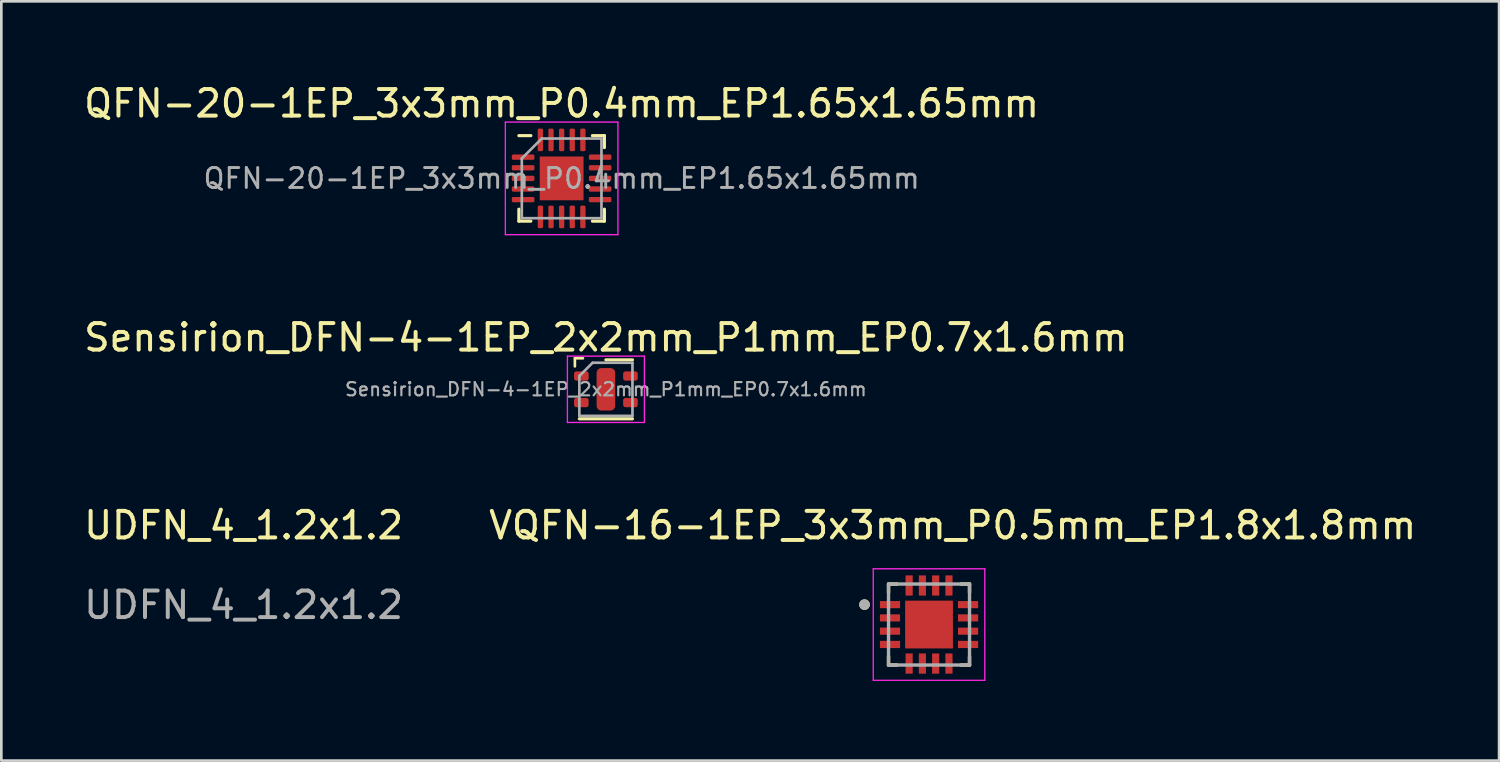
<source format=kicad_pcb>
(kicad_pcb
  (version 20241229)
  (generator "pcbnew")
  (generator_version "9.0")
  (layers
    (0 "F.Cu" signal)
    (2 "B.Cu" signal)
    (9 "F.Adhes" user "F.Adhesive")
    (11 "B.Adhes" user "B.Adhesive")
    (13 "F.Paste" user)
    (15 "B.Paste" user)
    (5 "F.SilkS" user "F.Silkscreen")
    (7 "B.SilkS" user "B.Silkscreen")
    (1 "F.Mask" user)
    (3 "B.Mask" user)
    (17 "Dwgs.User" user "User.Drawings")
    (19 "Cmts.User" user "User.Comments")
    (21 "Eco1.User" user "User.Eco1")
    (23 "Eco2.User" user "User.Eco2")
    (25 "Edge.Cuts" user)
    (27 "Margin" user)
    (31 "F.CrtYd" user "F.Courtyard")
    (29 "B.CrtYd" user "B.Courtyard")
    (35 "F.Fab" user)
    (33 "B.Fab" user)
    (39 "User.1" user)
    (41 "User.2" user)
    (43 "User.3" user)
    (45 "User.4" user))
  (footprint "QFN-20-1EP_3x3mm_P0.4mm_EP1.65x1.65mm"
    (layer "F.Cu")
    (at 18.101 3.668)
    (property "Reference" "QFN-20-1EP_3x3mm_P0.4mm_EP1.65x1.65mm" (at 0 -2.82 0) (layer "F.SilkS") (effects (font (size 1 1) (thickness 0.15))))
    (attr smd)
    (fp_line (start -1.61 1.61) (end -1.61 1.16) (stroke (width 0.12) (type solid)) (layer "F.SilkS"))
    (fp_line (start -1.16 -1.61) (end -1.61 -1.61) (stroke (width 0.12) (type solid)) (layer "F.SilkS"))
    (fp_line (start -1.16 1.61) (end -1.61 1.61) (stroke (width 0.12) (type solid)) (layer "F.SilkS"))
    (fp_line (start 1.16 -1.61) (end 1.61 -1.61) (stroke (width 0.12) (type solid)) (layer "F.SilkS"))
    (fp_line (start 1.16 1.61) (end 1.61 1.61) (stroke (width 0.12) (type solid)) (layer "F.SilkS"))
    (fp_line (start 1.61 -1.61) (end 1.61 -1.16) (stroke (width 0.12) (type solid)) (layer "F.SilkS"))
    (fp_line (start 1.61 1.61) (end 1.61 1.16) (stroke (width 0.12) (type solid)) (layer "F.SilkS"))
    (fp_line (start -2.12 -2.12) (end -2.12 2.12) (stroke (width 0.05) (type solid)) (layer "F.CrtYd"))
    (fp_line (start -2.12 2.12) (end 2.12 2.12) (stroke (width 0.05) (type solid)) (layer "F.CrtYd"))
    (fp_line (start 2.12 -2.12) (end -2.12 -2.12) (stroke (width 0.05) (type solid)) (layer "F.CrtYd"))
    (fp_line (start 2.12 2.12) (end 2.12 -2.12) (stroke (width 0.05) (type solid)) (layer "F.CrtYd"))
    (fp_line (start -1.5 -0.75) (end -0.75 -1.5) (stroke (width 0.1) (type solid)) (layer "F.Fab"))
    (fp_line (start -1.5 1.5) (end -1.5 -0.75) (stroke (width 0.1) (type solid)) (layer "F.Fab"))
    (fp_line (start -0.75 -1.5) (end 1.5 -1.5) (stroke (width 0.1) (type solid)) (layer "F.Fab"))
    (fp_line (start 1.5 -1.5) (end 1.5 1.5) (stroke (width 0.1) (type solid)) (layer "F.Fab"))
    (fp_line (start 1.5 1.5) (end -1.5 1.5) (stroke (width 0.1) (type solid)) (layer "F.Fab"))
    (fp_text user "${REFERENCE}" (at 0 0 0) (layer "F.Fab") (effects (font (size 0.75 0.75) (thickness 0.11))))
    (pad "" smd roundrect (at -0.41 -0.41) (size 0.67 0.67) (layers "F.Paste") (roundrect_rratio 0.25))
    (pad "" smd roundrect (at -0.41 0.41) (size 0.67 0.67) (layers "F.Paste") (roundrect_rratio 0.25))
    (pad "" smd roundrect (at 0.41 -0.41) (size 0.67 0.67) (layers "F.Paste") (roundrect_rratio 0.25))
    (pad "" smd roundrect (at 0.41 0.41) (size 0.67 0.67) (layers "F.Paste") (roundrect_rratio 0.25))
    (pad "1" smd roundrect (at -1.45 -0.8) (size 0.85 0.2) (layers "F.Cu" "F.Mask" "F.Paste") (roundrect_rratio 0.25))
    (pad "2" smd roundrect (at -1.45 -0.4) (size 0.85 0.2) (layers "F.Cu" "F.Mask" "F.Paste") (roundrect_rratio 0.25))
    (pad "3" smd roundrect (at -1.45 0) (size 0.85 0.2) (layers "F.Cu" "F.Mask" "F.Paste") (roundrect_rratio 0.25))
    (pad "4" smd roundrect (at -1.45 0.4) (size 0.85 0.2) (layers "F.Cu" "F.Mask" "F.Paste") (roundrect_rratio 0.25))
    (pad "5" smd roundrect (at -1.45 0.8) (size 0.85 0.2) (layers "F.Cu" "F.Mask" "F.Paste") (roundrect_rratio 0.25))
    (pad "6" smd roundrect (at -0.8 1.45) (size 0.2 0.85) (layers "F.Cu" "F.Mask" "F.Paste") (roundrect_rratio 0.25))
    (pad "7" smd roundrect (at -0.4 1.45) (size 0.2 0.85) (layers "F.Cu" "F.Mask" "F.Paste") (roundrect_rratio 0.25))
    (pad "8" smd roundrect (at 0 1.45) (size 0.2 0.85) (layers "F.Cu" "F.Mask" "F.Paste") (roundrect_rratio 0.25))
    (pad "9" smd roundrect (at 0.4 1.45) (size 0.2 0.85) (layers "F.Cu" "F.Mask" "F.Paste") (roundrect_rratio 0.25))
    (pad "10" smd roundrect (at 0.8 1.45) (size 0.2 0.85) (layers "F.Cu" "F.Mask" "F.Paste") (roundrect_rratio 0.25))
    (pad "11" smd roundrect (at 1.45 0.8) (size 0.85 0.2) (layers "F.Cu" "F.Mask" "F.Paste") (roundrect_rratio 0.25))
    (pad "12" smd roundrect (at 1.45 0.4) (size 0.85 0.2) (layers "F.Cu" "F.Mask" "F.Paste") (roundrect_rratio 0.25))
    (pad "13" smd roundrect (at 1.45 0) (size 0.85 0.2) (layers "F.Cu" "F.Mask" "F.Paste") (roundrect_rratio 0.25))
    (pad "14" smd roundrect (at 1.45 -0.4) (size 0.85 0.2) (layers "F.Cu" "F.Mask" "F.Paste") (roundrect_rratio 0.25))
    (pad "15" smd roundrect (at 1.45 -0.8) (size 0.85 0.2) (layers "F.Cu" "F.Mask" "F.Paste") (roundrect_rratio 0.25))
    (pad "16" smd roundrect (at 0.8 -1.45) (size 0.2 0.85) (layers "F.Cu" "F.Mask" "F.Paste") (roundrect_rratio 0.25))
    (pad "17" smd roundrect (at 0.4 -1.45) (size 0.2 0.85) (layers "F.Cu" "F.Mask" "F.Paste") (roundrect_rratio 0.25))
    (pad "18" smd roundrect (at 0 -1.45) (size 0.2 0.85) (layers "F.Cu" "F.Mask" "F.Paste") (roundrect_rratio 0.25))
    (pad "19" smd roundrect (at -0.4 -1.45) (size 0.2 0.85) (layers "F.Cu" "F.Mask" "F.Paste") (roundrect_rratio 0.25))
    (pad "20" smd roundrect (at -0.8 -1.45) (size 0.2 0.85) (layers "F.Cu" "F.Mask" "F.Paste") (roundrect_rratio 0.25))
    (pad "21" smd rect (at 0 0) (size 1.65 1.65) (layers "F.Cu" "F.Mask")))
  (footprint "VQFN-16-1EP_3x3mm_P0.5mm_EP1.8x1.8mm"
    (layer "F.Cu")
    (at 31.937 20.47)
    (property "Reference" "VQFN-16-1EP_3x3mm_P0.5mm_EP1.8x1.8mm" (at 0.89 -3.735 0) (layer "F.SilkS") (effects (font (size 1 1) (thickness 0.15))))
    (attr smd)
    (fp_line (start -1.525 -1.525) (end -1.525 -1.205) (stroke (width 0.127) (type solid)) (layer "F.SilkS"))
    (fp_line (start -1.525 -1.525) (end -1.205 -1.525) (stroke (width 0.127) (type solid)) (layer "F.SilkS"))
    (fp_line (start -1.525 1.525) (end -1.525 1.205) (stroke (width 0.127) (type solid)) (layer "F.SilkS"))
    (fp_line (start -1.525 1.525) (end -1.205 1.525) (stroke (width 0.127) (type solid)) (layer "F.SilkS"))
    (fp_line (start 1.525 -1.525) (end 1.205 -1.525) (stroke (width 0.127) (type solid)) (layer "F.SilkS"))
    (fp_line (start 1.525 -1.525) (end 1.525 -1.205) (stroke (width 0.127) (type solid)) (layer "F.SilkS"))
    (fp_line (start 1.525 1.525) (end 1.205 1.525) (stroke (width 0.127) (type solid)) (layer "F.SilkS"))
    (fp_line (start 1.525 1.525) (end 1.525 1.205) (stroke (width 0.127) (type solid)) (layer "F.SilkS"))
    (fp_circle (center -2.43 -0.75) (end -2.33 -0.75) (stroke (width 0.2) (type solid)) (fill no) (layer "F.SilkS"))
    (fp_poly (pts (xy -0.57 -0.57) (xy 0.57 -0.57) (xy 0.57 0.57) (xy -0.57 0.57)) (stroke (width 0.01) (type solid)) (fill yes) (layer "F.Paste"))
    (fp_line (start -2.1 -2.1) (end 2.1 -2.1) (stroke (width 0.05) (type solid)) (layer "F.CrtYd"))
    (fp_line (start -2.1 2.1) (end -2.1 -2.1) (stroke (width 0.05) (type solid)) (layer "F.CrtYd"))
    (fp_line (start -2.1 2.1) (end 2.1 2.1) (stroke (width 0.05) (type solid)) (layer "F.CrtYd"))
    (fp_line (start 2.1 2.1) (end 2.1 -2.1) (stroke (width 0.05) (type solid)) (layer "F.CrtYd"))
    (fp_line (start -1.525 1.525) (end -1.525 -1.525) (stroke (width 0.127) (type solid)) (layer "F.Fab"))
    (fp_line (start 1.525 -1.525) (end -1.525 -1.525) (stroke (width 0.127) (type solid)) (layer "F.Fab"))
    (fp_line (start 1.525 1.525) (end -1.525 1.525) (stroke (width 0.127) (type solid)) (layer "F.Fab"))
    (fp_line (start 1.525 1.525) (end 1.525 -1.525) (stroke (width 0.127) (type solid)) (layer "F.Fab"))
    (fp_circle (center -2.43 -0.75) (end -2.33 -0.75) (stroke (width 0.2) (type solid)) (fill no) (layer "F.Fab"))
    (pad "1" smd roundrect (at -1.47 -0.75) (size 0.76 0.27) (layers "F.Cu" "F.Mask" "F.Paste") (roundrect_rratio 0.03))
    (pad "2" smd roundrect (at -1.47 -0.25) (size 0.76 0.27) (layers "F.Cu" "F.Mask" "F.Paste") (roundrect_rratio 0.03))
    (pad "3" smd roundrect (at -1.47 0.25) (size 0.76 0.27) (layers "F.Cu" "F.Mask" "F.Paste") (roundrect_rratio 0.03))
    (pad "4" smd roundrect (at -1.47 0.75) (size 0.76 0.27) (layers "F.Cu" "F.Mask" "F.Paste") (roundrect_rratio 0.03))
    (pad "5" smd roundrect (at -0.75 1.47 90) (size 0.76 0.27) (layers "F.Cu" "F.Mask" "F.Paste") (roundrect_rratio 0.03))
    (pad "6" smd roundrect (at -0.25 1.47 90) (size 0.76 0.27) (layers "F.Cu" "F.Mask" "F.Paste") (roundrect_rratio 0.03))
    (pad "7" smd roundrect (at 0.25 1.47 90) (size 0.76 0.27) (layers "F.Cu" "F.Mask" "F.Paste") (roundrect_rratio 0.03))
    (pad "8" smd roundrect (at 0.75 1.47 90) (size 0.76 0.27) (layers "F.Cu" "F.Mask" "F.Paste") (roundrect_rratio 0.03))
    (pad "9" smd roundrect (at 1.47 0.75) (size 0.76 0.27) (layers "F.Cu" "F.Mask" "F.Paste") (roundrect_rratio 0.03))
    (pad "10" smd roundrect (at 1.47 0.25) (size 0.76 0.27) (layers "F.Cu" "F.Mask" "F.Paste") (roundrect_rratio 0.03))
    (pad "11" smd roundrect (at 1.47 -0.25) (size 0.76 0.27) (layers "F.Cu" "F.Mask" "F.Paste") (roundrect_rratio 0.03))
    (pad "12" smd roundrect (at 1.47 -0.75) (size 0.76 0.27) (layers "F.Cu" "F.Mask" "F.Paste") (roundrect_rratio 0.03))
    (pad "13" smd roundrect (at 0.75 -1.47 90) (size 0.76 0.27) (layers "F.Cu" "F.Mask" "F.Paste") (roundrect_rratio 0.03))
    (pad "14" smd roundrect (at 0.25 -1.47 90) (size 0.76 0.27) (layers "F.Cu" "F.Mask" "F.Paste") (roundrect_rratio 0.03))
    (pad "15" smd roundrect (at -0.25 -1.47 90) (size 0.76 0.27) (layers "F.Cu" "F.Mask" "F.Paste") (roundrect_rratio 0.03))
    (pad "16" smd roundrect (at -0.75 -1.47 90) (size 0.76 0.27) (layers "F.Cu" "F.Mask" "F.Paste") (roundrect_rratio 0.03))
    (pad "17" smd rect (at 0 0) (size 1.8 1.8) (layers "F.Cu" "F.Mask")))
  (footprint "Sensirion_DFN-4-1EP_2x2mm_P1mm_EP0.7x1.6mm"
    (layer "F.Cu")
    (at 19.768 11.611)
    (property "Reference" "Sensirion_DFN-4-1EP_2x2mm_P1mm_EP0.7x1.6mm" (at 0 -1.95 0) (layer "F.SilkS") (effects (font (size 1 1) (thickness 0.15))))
    (attr smd)
    (fp_line (start -1.168 -1.168) (end -0.864 -1.168) (stroke (width 0.1) (type default)) (layer "F.SilkS"))
    (fp_line (start -1.168 -0.864) (end -1.168 -1.168) (stroke (width 0.1) (type default)) (layer "F.SilkS"))
    (fp_line (start -1 1.11) (end 1 1.11) (stroke (width 0.12) (type solid)) (layer "F.SilkS"))
    (fp_line (start 0 -1.11) (end 1 -1.11) (stroke (width 0.12) (type solid)) (layer "F.SilkS"))
    (fp_line (start -1.45 -1.25) (end -1.45 1.25) (stroke (width 0.05) (type solid)) (layer "F.CrtYd"))
    (fp_line (start -1.45 1.25) (end 1.45 1.25) (stroke (width 0.05) (type solid)) (layer "F.CrtYd"))
    (fp_line (start 1.45 -1.25) (end -1.45 -1.25) (stroke (width 0.05) (type solid)) (layer "F.CrtYd"))
    (fp_line (start 1.45 1.25) (end 1.45 -1.25) (stroke (width 0.05) (type solid)) (layer "F.CrtYd"))
    (fp_line (start -1 -0.5) (end -0.5 -1) (stroke (width 0.1) (type solid)) (layer "F.Fab"))
    (fp_line (start -1 1) (end -1 -0.5) (stroke (width 0.1) (type solid)) (layer "F.Fab"))
    (fp_line (start -0.5 -1) (end 1 -1) (stroke (width 0.1) (type solid)) (layer "F.Fab"))
    (fp_line (start 1 -1) (end 1 1) (stroke (width 0.1) (type solid)) (layer "F.Fab"))
    (fp_line (start 1 1) (end -1 1) (stroke (width 0.1) (type solid)) (layer "F.Fab"))
    (fp_text user "${REFERENCE}" (at 0 0 0) (layer "F.Fab") (effects (font (size 0.5 0.5) (thickness 0.08))))
    (pad "" smd roundrect (at -0.925 -0.5) (size 0.55 0.35) (layers "F.Paste") (roundrect_rratio 0.25))
    (pad "" smd roundrect (at -0.925 0.5) (size 0.55 0.35) (layers "F.Paste") (roundrect_rratio 0.25))
    (pad "" smd roundrect (at 0 0) (size 0.5 1.4) (layers "F.Paste") (roundrect_rratio 0.25))
    (pad "" smd roundrect (at 0.925 -0.5 180) (size 0.55 0.35) (layers "F.Paste") (roundrect_rratio 0.25))
    (pad "" smd roundrect (at 0.925 0.5 180) (size 0.55 0.35) (layers "F.Paste") (roundrect_rratio 0.25))
    (pad "1" smd roundrect (at -0.925 -0.5) (size 0.55 0.35) (layers "F.Cu" "F.Mask") (roundrect_rratio 0.25))
    (pad "2" smd roundrect (at -0.925 0.5) (size 0.55 0.35) (layers "F.Cu" "F.Mask") (roundrect_rratio 0.25))
    (pad "3" smd roundrect (at 0.925 0.5) (size 0.55 0.35) (layers "F.Cu" "F.Mask") (roundrect_rratio 0.25))
    (pad "4" smd roundrect (at 0.925 -0.5) (size 0.55 0.35) (layers "F.Cu" "F.Mask") (roundrect_rratio 0.25))
    (pad "5" smd roundrect (at 0 0) (size 0.7 1.6) (layers "F.Cu" "F.Mask") (roundrect_rratio 0.25)))
  (footprint "UDFN_4_1.2x1.2"
    (layer "F.Cu")
    (at 6.125 17.235)
    (property "Reference" "UDFN_4_1.2x1.2" (at 0 -0.5 0) (unlocked yes) (layer "F.SilkS") (effects (font (size 1 1) (thickness 0.15))))
    (attr smd)
    (fp_text user "${REFERENCE}" (at 0 2.5 0) (unlocked yes) (layer "F.Fab") (effects (font (size 1 1) (thickness 0.15)))))
  (gr_rect
    (start -3 -3)
    (end 53.405 25.595)
    (stroke (width 0.1) (type default))
    (fill no)
    (layer "Edge.Cuts")))
</source>
